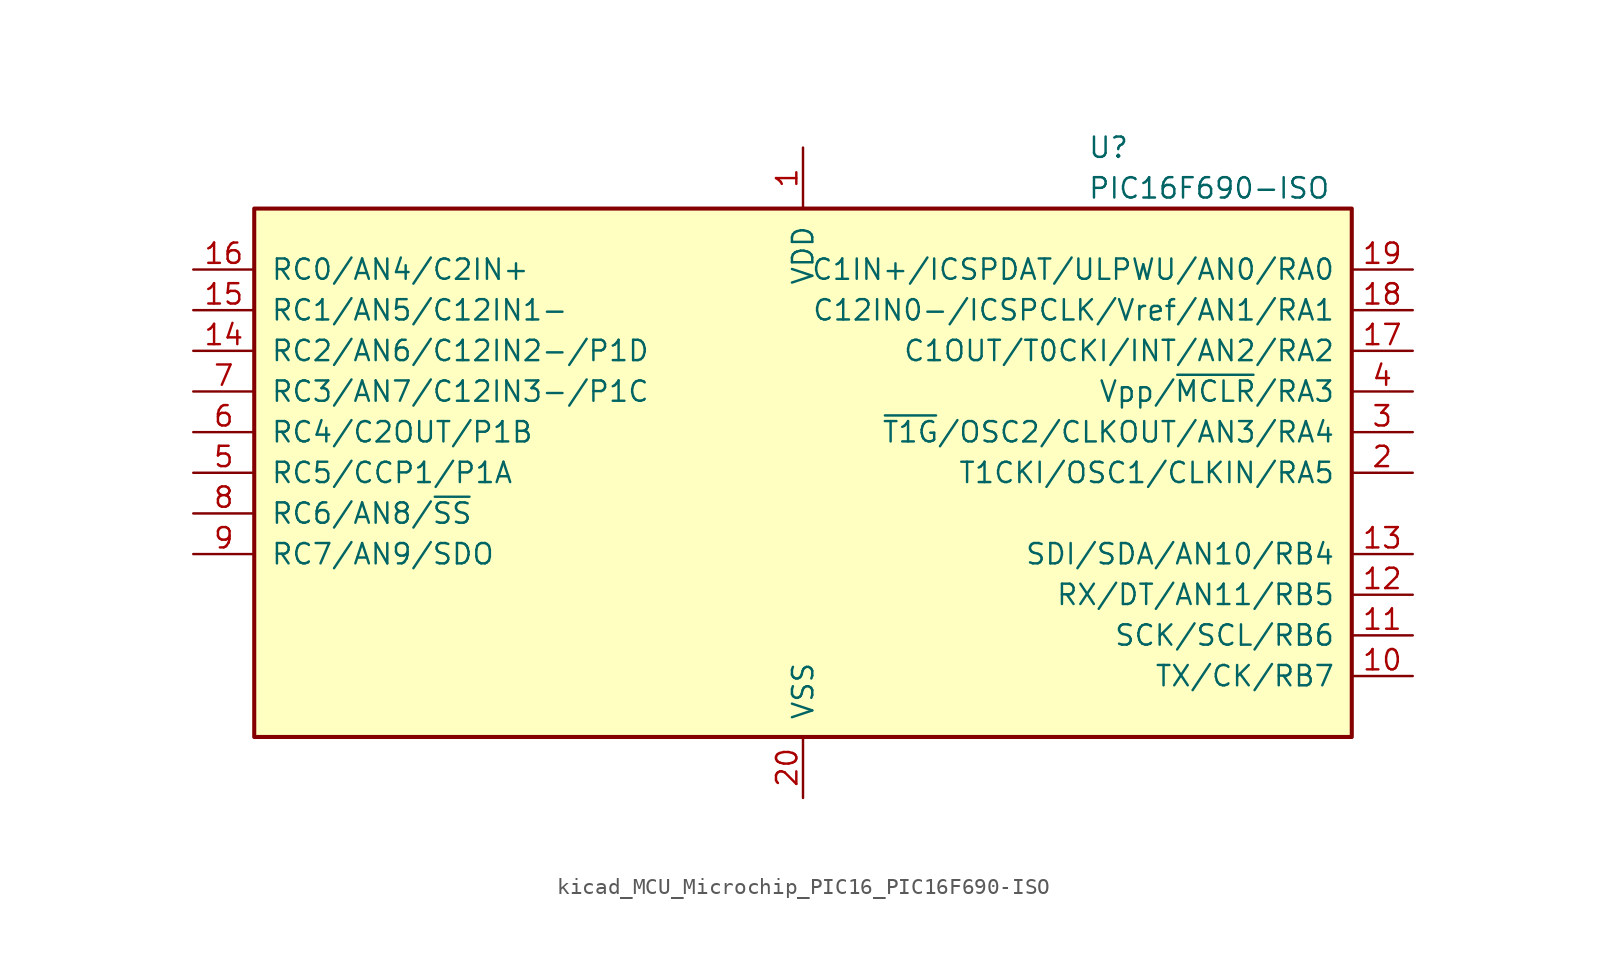
<source format=kicad_sym>
(kicad_symbol_lib
  (version 20220914)
  (generator kicad_symbol_editor)
  (symbol "kicad_MCU_Microchip_PIC16_PIC16F690-ISO"
    (pin_names
      (offset 1.016))
    (property "Reference" "U"
      (at 17.78 20.32 0)
      (effects (font (size 1.27 1.27)) (justify left)))
    (property "Value" "PIC16F690-ISO"
      (at 17.78 17.78 0)
      (effects (font (size 1.27 1.27)) (justify left)))
    (symbol "kicad_MCU_Microchip_PIC16_PIC16F690-ISO_0_1"
      (rectangle (start -34.29 16.51) (end 34.29 -16.51) (stroke (width 0.254) (type default)) (fill (type background))))
    (symbol "kicad_MCU_Microchip_PIC16_PIC16F690-ISO_1_1"
      (pin power_in line (at 0 20.32 270) (length 3.81) (name "VDD" (effects (font (size 1.27 1.27)))) (number "1" (effects (font (size 1.27 1.27)))))
      (pin bidirectional line (at 38.1 -12.7 180) (length 3.81) (name "TX/CK/RB7" (effects (font (size 1.27 1.27)))) (number "10" (effects (font (size 1.27 1.27)))))
      (pin bidirectional line (at 38.1 -10.16 180) (length 3.81) (name "SCK/SCL/RB6" (effects (font (size 1.27 1.27)))) (number "11" (effects (font (size 1.27 1.27)))))
      (pin bidirectional line (at 38.1 -7.62 180) (length 3.81) (name "RX/DT/AN11/RB5" (effects (font (size 1.27 1.27)))) (number "12" (effects (font (size 1.27 1.27)))))
      (pin bidirectional line (at 38.1 -5.08 180) (length 3.81) (name "SDI/SDA/AN10/RB4" (effects (font (size 1.27 1.27)))) (number "13" (effects (font (size 1.27 1.27)))))
      (pin bidirectional line (at -38.1 7.62 0) (length 3.81) (name "RC2/AN6/C12IN2-/P1D" (effects (font (size 1.27 1.27)))) (number "14" (effects (font (size 1.27 1.27)))))
      (pin bidirectional line (at -38.1 10.16 0) (length 3.81) (name "RC1/AN5/C12IN1-" (effects (font (size 1.27 1.27)))) (number "15" (effects (font (size 1.27 1.27)))))
      (pin bidirectional line (at -38.1 12.7 0) (length 3.81) (name "RC0/AN4/C2IN+" (effects (font (size 1.27 1.27)))) (number "16" (effects (font (size 1.27 1.27)))))
      (pin bidirectional line (at 38.1 7.62 180) (length 3.81) (name "C1OUT/T0CKI/INT/AN2/RA2" (effects (font (size 1.27 1.27)))) (number "17" (effects (font (size 1.27 1.27)))))
      (pin bidirectional line (at 38.1 10.16 180) (length 3.81) (name "C12IN0-/ICSPCLK/Vref/AN1/RA1" (effects (font (size 1.27 1.27)))) (number "18" (effects (font (size 1.27 1.27)))))
      (pin bidirectional line (at 38.1 12.7 180) (length 3.81) (name "C1IN+/ICSPDAT/ULPWU/AN0/RA0" (effects (font (size 1.27 1.27)))) (number "19" (effects (font (size 1.27 1.27)))))
      (pin bidirectional line (at 38.1 0 180) (length 3.81) (name "T1CKI/OSC1/CLKIN/RA5" (effects (font (size 1.27 1.27)))) (number "2" (effects (font (size 1.27 1.27)))))
      (pin power_in line (at 0 -20.32 90) (length 3.81) (name "VSS" (effects (font (size 1.27 1.27)))) (number "20" (effects (font (size 1.27 1.27)))))
      (pin bidirectional line (at 38.1 2.54 180) (length 3.81) (name "~{T1G}/OSC2/CLKOUT/AN3/RA4" (effects (font (size 1.27 1.27)))) (number "3" (effects (font (size 1.27 1.27)))))
      (pin input line (at 38.1 5.08 180) (length 3.81) (name "Vpp/~{MCLR}/RA3" (effects (font (size 1.27 1.27)))) (number "4" (effects (font (size 1.27 1.27)))))
      (pin bidirectional line (at -38.1 0 0) (length 3.81) (name "RC5/CCP1/P1A" (effects (font (size 1.27 1.27)))) (number "5" (effects (font (size 1.27 1.27)))))
      (pin bidirectional line (at -38.1 2.54 0) (length 3.81) (name "RC4/C2OUT/P1B" (effects (font (size 1.27 1.27)))) (number "6" (effects (font (size 1.27 1.27)))))
      (pin bidirectional line (at -38.1 5.08 0) (length 3.81) (name "RC3/AN7/C12IN3-/P1C" (effects (font (size 1.27 1.27)))) (number "7" (effects (font (size 1.27 1.27)))))
      (pin bidirectional line (at -38.1 -2.54 0) (length 3.81) (name "RC6/AN8/~{SS}" (effects (font (size 1.27 1.27)))) (number "8" (effects (font (size 1.27 1.27)))))
      (pin bidirectional line (at -38.1 -5.08 0) (length 3.81) (name "RC7/AN9/SDO" (effects (font (size 1.27 1.27)))) (number "9" (effects (font (size 1.27 1.27))))))))
</source>
